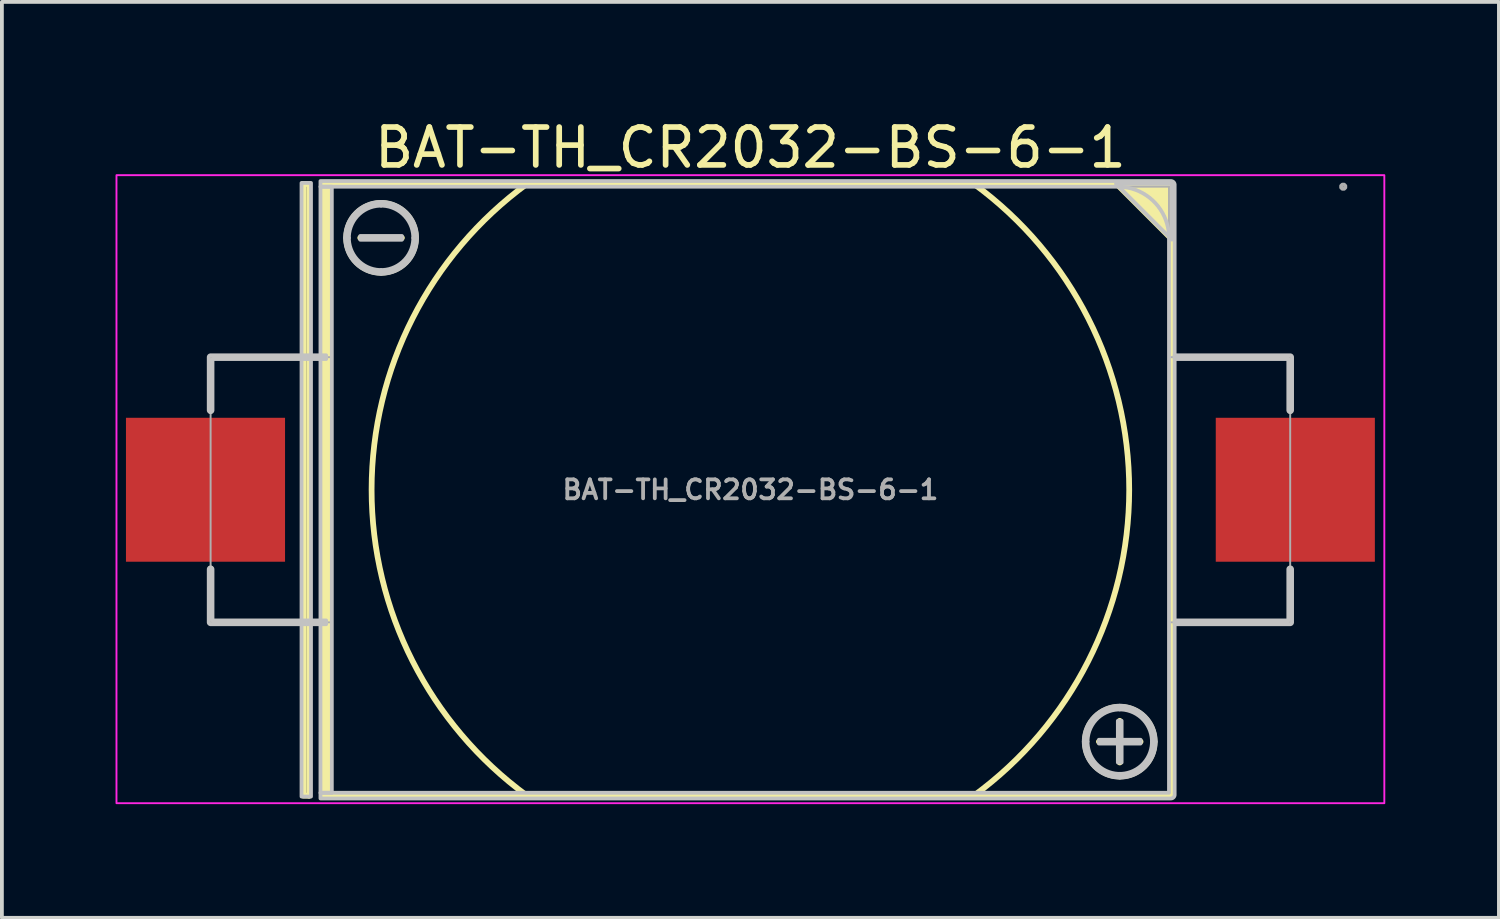
<source format=kicad_pcb>
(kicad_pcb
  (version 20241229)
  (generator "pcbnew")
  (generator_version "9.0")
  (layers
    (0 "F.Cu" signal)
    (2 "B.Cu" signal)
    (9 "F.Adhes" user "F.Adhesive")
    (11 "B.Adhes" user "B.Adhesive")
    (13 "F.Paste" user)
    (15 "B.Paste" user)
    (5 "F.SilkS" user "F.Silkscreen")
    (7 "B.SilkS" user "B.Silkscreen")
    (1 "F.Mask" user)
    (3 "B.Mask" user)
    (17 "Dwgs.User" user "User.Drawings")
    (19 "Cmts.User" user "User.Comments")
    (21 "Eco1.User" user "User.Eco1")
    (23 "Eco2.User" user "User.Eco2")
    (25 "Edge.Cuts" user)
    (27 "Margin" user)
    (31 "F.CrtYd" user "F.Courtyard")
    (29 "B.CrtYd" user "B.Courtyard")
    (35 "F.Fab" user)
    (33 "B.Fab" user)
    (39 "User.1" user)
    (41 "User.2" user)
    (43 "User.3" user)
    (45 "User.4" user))
  (footprint "BAT-TH_CR2032-BS-6-1"
    (layer "F.Cu")
    (at 16.76 9.879)
    (property "Reference" "BAT-TH_CR2032-BS-6-1" (at 0 -9.03 0) (layer "F.SilkS") (effects (font (size 1 1) (thickness 0.15))))
    (fp_line (start -14.25 -3.5) (end -14.25 -2.08) (stroke (width 0.152) (type default)) (layer "F.SilkS"))
    (fp_line (start -14.25 -3.5) (end -11.127 -3.5) (stroke (width 0.152) (type default)) (layer "F.SilkS"))
    (fp_line (start -14.25 3.5) (end -14.25 2.08) (stroke (width 0.152) (type default)) (layer "F.SilkS"))
    (fp_line (start -14.25 3.5) (end -11.127 3.5) (stroke (width 0.152) (type default)) (layer "F.SilkS"))
    (fp_line (start -11.8 -8.073) (end -11.65 -8.073) (stroke (width 0.152) (type default)) (layer "F.SilkS"))
    (fp_line (start -11.8 -8.05) (end -11.8 8.053) (stroke (width 0.152) (type default)) (layer "F.SilkS"))
    (fp_line (start -11.65 -8.073) (end -11.65 8.076) (stroke (width 0.152) (type default)) (layer "F.SilkS"))
    (fp_line (start -11.65 8.076) (end -11.8 8.076) (stroke (width 0.152) (type default)) (layer "F.SilkS"))
    (fp_line (start -11.126 -8.076) (end 11.126 -8.076) (stroke (width 0.152) (type default)) (layer "F.SilkS"))
    (fp_line (start -11.126 8.076) (end 11.126 8.076) (stroke (width 0.152) (type default)) (layer "F.SilkS"))
    (fp_line (start -9.2 -6.65) (end -10.3 -6.65) (stroke (width 0.152) (type default)) (layer "F.SilkS"))
    (fp_line (start 9.2 6.65) (end 10.3 6.65) (stroke (width 0.152) (type default)) (layer "F.SilkS"))
    (fp_line (start 9.64 -8.076) (end 9.665 -8.076) (stroke (width 0.152) (type default)) (layer "F.SilkS"))
    (fp_line (start 9.665 -8.076) (end 11.126 -6.614) (stroke (width 0.152) (type default)) (layer "F.SilkS"))
    (fp_line (start 9.75 7.2) (end 9.75 6.1) (stroke (width 0.152) (type default)) (layer "F.SilkS"))
    (fp_line (start 11.126 -8.076) (end 11.126 -1.983) (stroke (width 0.152) (type default)) (layer "F.SilkS"))
    (fp_line (start 11.126 -1.983) (end 11.126 2.057) (stroke (width 0.152) (type default)) (layer "F.SilkS"))
    (fp_line (start 11.126 8.076) (end 11.126 1.983) (stroke (width 0.152) (type default)) (layer "F.SilkS"))
    (fp_line (start 14.25 -3.5) (end 11.126 -3.5) (stroke (width 0.152) (type default)) (layer "F.SilkS"))
    (fp_line (start 14.25 -3.5) (end 14.25 -2.08) (stroke (width 0.152) (type default)) (layer "F.SilkS"))
    (fp_line (start 14.25 3.5) (end 11.126 3.5) (stroke (width 0.152) (type default)) (layer "F.SilkS"))
    (fp_line (start 14.25 3.5) (end 14.25 2.08) (stroke (width 0.152) (type default)) (layer "F.SilkS"))
    (fp_arc (start -5.905 8.0705) (mid -10.000098 -0.005202) (end -5.8965 -8.0765) (stroke (width 0.152) (type default)) (layer "F.SilkS"))
    (fp_arc (start 5.905 -8.0705) (mid 10.000098 0.005202) (end 5.8965 8.0765) (stroke (width 0.152) (type default)) (layer "F.SilkS"))
    (fp_circle (center -9.75 -6.65) (end -8.832 -6.65) (stroke (width 0.152) (type default)) (fill no) (layer "F.SilkS"))
    (fp_circle (center 9.75 6.65) (end 10.668 6.65) (stroke (width 0.152) (type default)) (fill no) (layer "F.SilkS"))
    (fp_poly (pts (xy 9.652 -8.076) (xy 11.126 -8.076) (xy 11.126 -6.604)) (stroke (width 0) (type default)) (fill yes) (layer "F.SilkS"))
    (fp_poly (pts (xy -11.05 8.152) (xy -11.05 1.933) (xy -11.355 1.933) (xy -11.355 8.152)) (stroke (width 0) (type default)) (fill yes) (layer "F.SilkS"))
    (fp_poly (pts (xy -11.05 -8.152) (xy -11.05 1.95) (xy -11.35 2) (xy -11.355 -1.933) (xy -11.355 -8.152)) (stroke (width 0) (type default)) (fill yes) (layer "F.SilkS"))
    (fp_poly (pts (xy 9.652 -8.076) (xy 11.126 -8.076) (xy 11.126 -6.604)) (stroke (width 0.1) (type default)) (fill no) (layer "Dwgs.User"))
    (fp_poly (pts (xy -11.35 -8) (xy -11.35 8) (xy -11.05 8) (xy -11.05 -8)) (stroke (width 0.1) (type default)) (fill no) (layer "Dwgs.User"))
    (fp_poly (pts (xy -10.3 -6.7) (xy -9.2 -6.7) (xy -9.2 -6.6) (xy -10.3 -6.6)) (stroke (width 0.1) (type default)) (fill no) (layer "Dwgs.User"))
    (fp_poly (pts (xy 9.2 6.6) (xy 10.3 6.6) (xy 10.3 6.7) (xy 9.2 6.7)) (stroke (width 0.1) (type default)) (fill no) (layer "Dwgs.User"))
    (fp_poly (pts (xy 9.7 7.2) (xy 9.7 6.1) (xy 9.8 6.1) (xy 9.8 7.2)) (stroke (width 0.1) (type default)) (fill no) (layer "Dwgs.User"))
    (fp_poly (pts (xy -11.85 -8.1) (xy -11.6 -8.1) (xy -11.6 8.1) (xy -11.85 8.1) (xy -11.85 -8.05)) (stroke (width 0.1) (type default)) (fill no) (layer "Dwgs.User"))
    (fp_poly (pts (xy -11.2 -3.55) (arc (start -14.25 -3.55) (mid -14.285355 -3.535355) (end -14.3 -3.5)) (arc (start -14.3 -2.1) (mid -14.285355 -2.064645) (end -14.25 -2.05)) (arc (start -14.25 -2.05) (mid -14.214645 -2.064645) (end -14.2 -2.1)) (xy -14.2 -3.45) (xy -11.2 -3.45)) (stroke (width 0.1) (type default)) (fill no) (layer "Dwgs.User"))
    (fp_poly (pts (xy -11.2 3.55) (arc (start -14.25 3.55) (mid -14.285355 3.535355) (end -14.3 3.5)) (arc (start -14.3 2.1) (mid -14.285355 2.064645) (end -14.25 2.05)) (arc (start -14.25 2.05) (mid -14.214645 2.064645) (end -14.2 2.1)) (xy -14.2 3.45) (xy -11.2 3.45)) (stroke (width 0.1) (type default)) (fill no) (layer "Dwgs.User"))
    (fp_poly (pts (xy 11.2 -3.55) (arc (start 14.25 -3.55) (mid 14.285355 -3.535355) (end 14.3 -3.5)) (arc (start 14.3 -2.1) (mid 14.285355 -2.064645) (end 14.25 -2.05)) (arc (start 14.25 -2.05) (mid 14.214645 -2.064645) (end 14.2 -2.1)) (xy 14.2 -3.45) (xy 11.2 -3.45)) (stroke (width 0.1) (type default)) (fill no) (layer "Dwgs.User"))
    (fp_poly (pts (xy 11.2 3.55) (arc (start 14.25 3.55) (mid 14.285355 3.535355) (end 14.3 3.5)) (arc (start 14.3 2.1) (mid 14.285355 2.064645) (end 14.25 2.05)) (arc (start 14.25 2.05) (mid 14.214645 2.064645) (end 14.2 2.1)) (xy 14.2 3.45) (xy 11.2 3.45)) (stroke (width 0.1) (type default)) (fill no) (layer "Dwgs.User"))
    (fp_poly (pts (arc (start -10.6 -6.65) (mid -10.351041 -6.048959) (end -9.75 -5.8)) (arc (start -9.75 -5.7) (mid -10.421751 -5.978249) (end -10.7 -6.65))) (stroke (width 0.1) (type default)) (fill no) (layer "Dwgs.User"))
    (fp_poly (pts (arc (start -9.75 -7.5) (mid -10.351041 -7.251041) (end -10.6 -6.65)) (arc (start -10.7 -6.65) (mid -10.421751 -7.321751) (end -9.75 -7.6))) (stroke (width 0.1) (type default)) (fill no) (layer "Dwgs.User"))
    (fp_poly (pts (arc (start -9.75 -5.8) (mid -9.148959 -6.048959) (end -8.9 -6.65)) (arc (start -8.8 -6.65) (mid -9.078249 -5.978249) (end -9.75 -5.7))) (stroke (width 0.1) (type default)) (fill no) (layer "Dwgs.User"))
    (fp_poly (pts (arc (start -8.9 -6.65) (mid -9.148959 -7.251041) (end -9.75 -7.5)) (arc (start -9.75 -7.6) (mid -9.078249 -7.321751) (end -8.8 -6.65))) (stroke (width 0.1) (type default)) (fill no) (layer "Dwgs.User"))
    (fp_poly (pts (arc (start 8.9 6.65) (mid 9.148959 7.251041) (end 9.75 7.5)) (arc (start 9.75 7.6) (mid 9.078249 7.321751) (end 8.8 6.65))) (stroke (width 0.1) (type default)) (fill no) (layer "Dwgs.User"))
    (fp_poly (pts (arc (start 9.75 5.8) (mid 9.148959 6.048959) (end 8.9 6.65)) (arc (start 8.8 6.65) (mid 9.078249 5.978249) (end 9.75 5.7))) (stroke (width 0.1) (type default)) (fill no) (layer "Dwgs.User"))
    (fp_poly (pts (arc (start 9.75 7.5) (mid 10.351041 7.251041) (end 10.6 6.65)) (arc (start 10.7 6.65) (mid 10.421751 7.321751) (end 9.75 7.6))) (stroke (width 0.1) (type default)) (fill no) (layer "Dwgs.User"))
    (fp_poly (pts (arc (start 10.6 6.65) (mid 10.351041 6.048959) (end 9.75 5.8)) (arc (start 9.75 5.7) (mid 10.421751 5.978249) (end 10.7 6.65))) (stroke (width 0.1) (type default)) (fill no) (layer "Dwgs.User"))
    (fp_poly (pts (xy 11.05 8) (xy -11.05 8) (xy -11.35 8) (xy -11.35 8.15) (xy 11.05 8.15) (arc (start 11.1 8.15) (mid 11.170711 8.120711) (end 11.2 8.05)) (arc (start 11.2 -8.05) (mid 11.170711 -8.120711) (end 11.1 -8.15)) (xy -11.35 -8.15) (xy -11.35 -8.05) (xy -11.35 -8) (arc (start 9.7 -8) (mid 10.654594 -7.604594) (end 11.05 -6.65))) (stroke (width 0.1) (type default)) (fill no) (layer "Dwgs.User"))
    (fp_rect (start -16.735 -8.305) (end 16.735 8.275) (stroke (width 0.05) (type default)) (fill no) (layer "F.CrtYd"))
    (fp_line (start -14.25 -3.5) (end -11.05 -3.5) (stroke (width 0.051) (type default)) (layer "F.Fab"))
    (fp_line (start -14.25 3.4) (end -14.25 -3.5) (stroke (width 0.051) (type default)) (layer "F.Fab"))
    (fp_line (start -14.25 3.5) (end -14.25 3.4) (stroke (width 0.051) (type default)) (layer "F.Fab"))
    (fp_line (start -11.05 -8) (end 11.05 -8) (stroke (width 0.051) (type default)) (layer "F.Fab"))
    (fp_line (start -11.05 -3.5) (end -11.05 -8) (stroke (width 0.051) (type default)) (layer "F.Fab"))
    (fp_line (start -11.05 3.5) (end -14.25 3.5) (stroke (width 0.051) (type default)) (layer "F.Fab"))
    (fp_line (start -11.05 8) (end -11.05 3.5) (stroke (width 0.051) (type default)) (layer "F.Fab"))
    (fp_line (start 11.05 -8) (end 11.05 -3.5) (stroke (width 0.051) (type default)) (layer "F.Fab"))
    (fp_line (start 11.05 -3.5) (end 14.25 -3.5) (stroke (width 0.051) (type default)) (layer "F.Fab"))
    (fp_line (start 11.05 3.5) (end 11.05 8) (stroke (width 0.051) (type default)) (layer "F.Fab"))
    (fp_line (start 11.05 8) (end -11.05 8) (stroke (width 0.051) (type default)) (layer "F.Fab"))
    (fp_line (start 14.25 -3.5) (end 14.25 3.5) (stroke (width 0.051) (type default)) (layer "F.Fab"))
    (fp_line (start 14.25 3.5) (end 11.05 3.5) (stroke (width 0.051) (type default)) (layer "F.Fab"))
    (fp_poly (pts (xy 15.705 -8.023) (xy 15.673 -8.055) (xy 15.627 -8.055) (xy 15.595 -8.023) (xy 15.595 -7.977) (xy 15.627 -7.945) (xy 15.673 -7.945) (xy 15.705 -7.977)) (stroke (width 0.1) (type default)) (fill no) (layer "F.Fab"))
    (fp_poly (pts (xy -15.65 1.75) (xy -15.65 -1.75) (xy -12.85 -1.75) (xy -12.85 1.75)) (stroke (width 0.1) (type default)) (fill no) (layer "User.1"))
    (fp_poly (pts (xy 15.65 1.75) (xy 15.65 -1.75) (xy 12.85 -1.75) (xy 12.85 1.75)) (stroke (width 0.1) (type default)) (fill no) (layer "User.1"))
    (fp_text user "${REFERENCE}" (at 0 0 0) (layer "F.Fab") (effects (font (size 0.5 0.5) (thickness 0.1))))
    (pad "1" smd rect (at 14.385 0) (size 4.2 3.8) (layers "F.Cu" "F.Mask" "F.Paste"))
    (pad "2" smd rect (at -14.385 0) (size 4.2 3.8) (layers "F.Cu" "F.Mask" "F.Paste")))
  (gr_rect
    (start -3 -3)
    (end 36.52 21.179)
    (stroke (width 0.1) (type default))
    (fill no)
    (layer "Edge.Cuts")))
</source>
